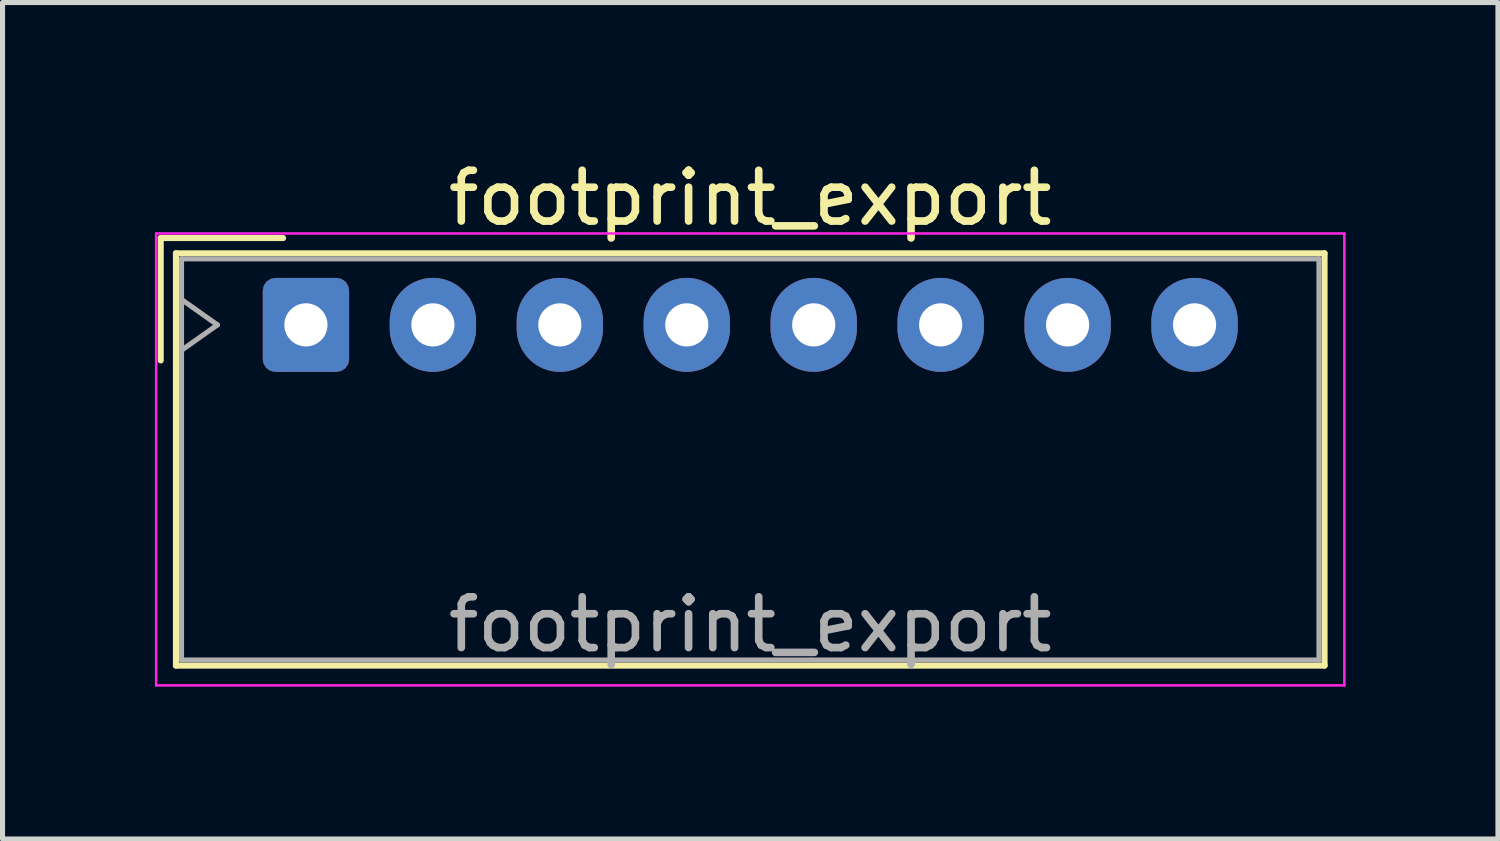
<source format=kicad_pcb>
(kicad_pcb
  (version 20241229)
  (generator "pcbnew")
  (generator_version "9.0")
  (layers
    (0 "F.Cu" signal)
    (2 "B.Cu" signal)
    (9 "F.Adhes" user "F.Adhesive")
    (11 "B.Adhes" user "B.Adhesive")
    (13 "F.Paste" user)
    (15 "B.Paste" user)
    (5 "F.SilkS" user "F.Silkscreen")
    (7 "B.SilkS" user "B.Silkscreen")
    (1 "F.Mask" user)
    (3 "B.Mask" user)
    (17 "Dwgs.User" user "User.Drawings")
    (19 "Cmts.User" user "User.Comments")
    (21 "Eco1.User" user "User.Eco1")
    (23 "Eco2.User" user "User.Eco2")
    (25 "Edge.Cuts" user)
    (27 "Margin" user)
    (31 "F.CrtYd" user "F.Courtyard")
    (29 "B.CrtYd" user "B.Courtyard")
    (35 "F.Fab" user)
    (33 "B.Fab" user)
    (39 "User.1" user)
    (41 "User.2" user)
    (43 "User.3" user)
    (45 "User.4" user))
  (footprint "footprint_export"
    (layer "F.Cu")
    (at 2.975 3.348)
    (property "Reference" "footprint_export" (at 8.75 -2.5 0) (layer "F.SilkS") (effects (font (size 1 1) (thickness 0.15))))
    (attr through_hole)
    (fp_line (start -2.86 -1.71) (end -0.45 -1.71) (stroke (width 0.12) (type solid)) (layer "F.SilkS"))
    (fp_line (start -2.86 0.7) (end -2.86 -1.71) (stroke (width 0.12) (type solid)) (layer "F.SilkS"))
    (fp_line (start -2.56 -1.41) (end -2.56 6.71) (stroke (width 0.12) (type solid)) (layer "F.SilkS"))
    (fp_line (start -2.56 6.71) (end 20.06 6.71) (stroke (width 0.12) (type solid)) (layer "F.SilkS"))
    (fp_line (start 20.06 -1.41) (end -2.56 -1.41) (stroke (width 0.12) (type solid)) (layer "F.SilkS"))
    (fp_line (start 20.06 6.71) (end 20.06 -1.41) (stroke (width 0.12) (type solid)) (layer "F.SilkS"))
    (fp_line (start -2.95 -1.8) (end -2.95 7.1) (stroke (width 0.05) (type solid)) (layer "F.CrtYd"))
    (fp_line (start -2.95 7.1) (end 20.45 7.1) (stroke (width 0.05) (type solid)) (layer "F.CrtYd"))
    (fp_line (start 20.45 -1.8) (end -2.95 -1.8) (stroke (width 0.05) (type solid)) (layer "F.CrtYd"))
    (fp_line (start 20.45 7.1) (end 20.45 -1.8) (stroke (width 0.05) (type solid)) (layer "F.CrtYd"))
    (fp_line (start -2.45 -1.3) (end -2.45 6.6) (stroke (width 0.1) (type solid)) (layer "F.Fab"))
    (fp_line (start -2.45 0.5) (end -1.743 0) (stroke (width 0.1) (type solid)) (layer "F.Fab"))
    (fp_line (start -2.45 6.6) (end 19.95 6.6) (stroke (width 0.1) (type solid)) (layer "F.Fab"))
    (fp_line (start -1.743 0) (end -2.45 -0.5) (stroke (width 0.1) (type solid)) (layer "F.Fab"))
    (fp_line (start 19.95 -1.3) (end -2.45 -1.3) (stroke (width 0.1) (type solid)) (layer "F.Fab"))
    (fp_line (start 19.95 6.6) (end 19.95 -1.3) (stroke (width 0.1) (type solid)) (layer "F.Fab"))
    (fp_text user "${REFERENCE}" (at 8.75 5.9 0) (layer "F.Fab") (effects (font (size 1 1) (thickness 0.15))))
    (pad "1" thru_hole roundrect (at 0 0) (size 1.7 1.85) (drill 0.85) (layers "*.Cu" "*.Mask") (roundrect_rratio 0.147))
    (pad "2" thru_hole oval (at 2.5 0) (size 1.7 1.85) (drill 0.85) (layers "*.Cu" "*.Mask"))
    (pad "3" thru_hole oval (at 5 0) (size 1.7 1.85) (drill 0.85) (layers "*.Cu" "*.Mask"))
    (pad "4" thru_hole oval (at 7.5 0) (size 1.7 1.85) (drill 0.85) (layers "*.Cu" "*.Mask"))
    (pad "5" thru_hole oval (at 10 0) (size 1.7 1.85) (drill 0.85) (layers "*.Cu" "*.Mask"))
    (pad "6" thru_hole oval (at 12.5 0) (size 1.7 1.85) (drill 0.85) (layers "*.Cu" "*.Mask"))
    (pad "7" thru_hole oval (at 15 0) (size 1.7 1.85) (drill 0.85) (layers "*.Cu" "*.Mask"))
    (pad "8" thru_hole oval (at 17.5 0) (size 1.7 1.85) (drill 0.85) (layers "*.Cu" "*.Mask")))
  (gr_rect
    (start -3 -3)
    (end 26.45 13.473)
    (stroke (width 0.1) (type default))
    (fill no)
    (layer "Edge.Cuts")))
</source>
